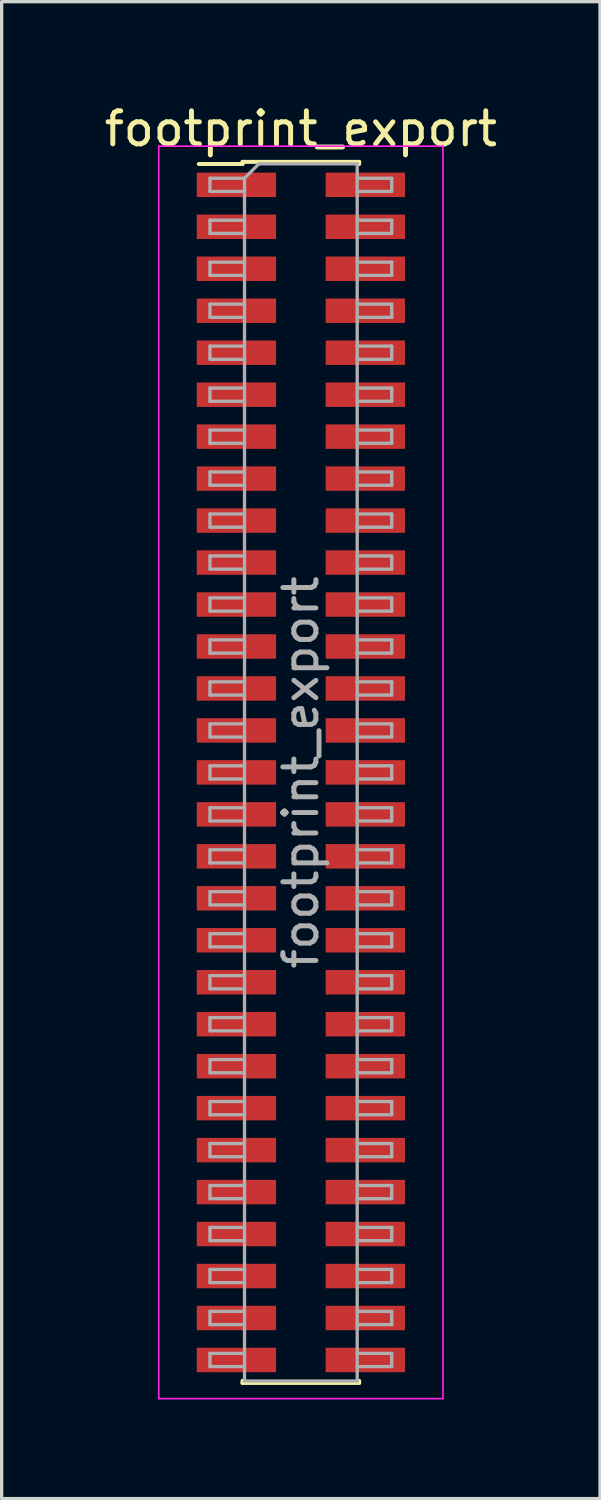
<source format=kicad_pcb>
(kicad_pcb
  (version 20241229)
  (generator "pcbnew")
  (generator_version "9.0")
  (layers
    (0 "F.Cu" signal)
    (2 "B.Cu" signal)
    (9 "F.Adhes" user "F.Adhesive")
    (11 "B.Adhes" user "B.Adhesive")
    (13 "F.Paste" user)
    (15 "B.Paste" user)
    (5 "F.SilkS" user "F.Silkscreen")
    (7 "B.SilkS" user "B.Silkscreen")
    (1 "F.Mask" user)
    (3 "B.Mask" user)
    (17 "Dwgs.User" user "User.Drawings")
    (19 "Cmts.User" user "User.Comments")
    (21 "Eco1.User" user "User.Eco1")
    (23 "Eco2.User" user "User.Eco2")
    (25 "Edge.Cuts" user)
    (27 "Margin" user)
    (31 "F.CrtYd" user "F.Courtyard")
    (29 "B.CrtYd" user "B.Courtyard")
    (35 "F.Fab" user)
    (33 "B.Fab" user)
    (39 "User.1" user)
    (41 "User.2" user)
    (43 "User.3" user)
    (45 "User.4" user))
  (footprint "footprint_export"
    (layer "F.Cu")
    (at 6.054 20.323)
    (property "Reference" "footprint_export" (at 0 -19.475 0) (layer "F.SilkS") (effects (font (size 1 1) (thickness 0.15))))
    (attr smd)
    (fp_line (start -3.09 -18.41) (end -1.765 -18.41) (stroke (width 0.12) (type solid)) (layer "F.SilkS"))
    (fp_line (start -1.765 -18.475) (end -1.765 -18.41) (stroke (width 0.12) (type solid)) (layer "F.SilkS"))
    (fp_line (start -1.765 -18.475) (end 1.765 -18.475) (stroke (width 0.12) (type solid)) (layer "F.SilkS"))
    (fp_line (start -1.765 18.41) (end -1.765 18.475) (stroke (width 0.12) (type solid)) (layer "F.SilkS"))
    (fp_line (start -1.765 18.475) (end 1.765 18.475) (stroke (width 0.12) (type solid)) (layer "F.SilkS"))
    (fp_line (start 1.765 -18.475) (end 1.765 -18.41) (stroke (width 0.12) (type solid)) (layer "F.SilkS"))
    (fp_line (start 1.765 18.41) (end 1.765 18.475) (stroke (width 0.12) (type solid)) (layer "F.SilkS"))
    (fp_line (start -4.3 -18.95) (end -4.3 18.95) (stroke (width 0.05) (type solid)) (layer "F.CrtYd"))
    (fp_line (start -4.3 18.95) (end 4.3 18.95) (stroke (width 0.05) (type solid)) (layer "F.CrtYd"))
    (fp_line (start 4.3 -18.95) (end -4.3 -18.95) (stroke (width 0.05) (type solid)) (layer "F.CrtYd"))
    (fp_line (start 4.3 18.95) (end 4.3 -18.95) (stroke (width 0.05) (type solid)) (layer "F.CrtYd"))
    (fp_line (start -2.75 -17.98) (end -2.75 -17.58) (stroke (width 0.1) (type solid)) (layer "F.Fab"))
    (fp_line (start -2.75 -17.58) (end -1.705 -17.58) (stroke (width 0.1) (type solid)) (layer "F.Fab"))
    (fp_line (start -2.75 -16.71) (end -2.75 -16.31) (stroke (width 0.1) (type solid)) (layer "F.Fab"))
    (fp_line (start -2.75 -16.31) (end -1.705 -16.31) (stroke (width 0.1) (type solid)) (layer "F.Fab"))
    (fp_line (start -2.75 -15.44) (end -2.75 -15.04) (stroke (width 0.1) (type solid)) (layer "F.Fab"))
    (fp_line (start -2.75 -15.04) (end -1.705 -15.04) (stroke (width 0.1) (type solid)) (layer "F.Fab"))
    (fp_line (start -2.75 -14.17) (end -2.75 -13.77) (stroke (width 0.1) (type solid)) (layer "F.Fab"))
    (fp_line (start -2.75 -13.77) (end -1.705 -13.77) (stroke (width 0.1) (type solid)) (layer "F.Fab"))
    (fp_line (start -2.75 -12.9) (end -2.75 -12.5) (stroke (width 0.1) (type solid)) (layer "F.Fab"))
    (fp_line (start -2.75 -12.5) (end -1.705 -12.5) (stroke (width 0.1) (type solid)) (layer "F.Fab"))
    (fp_line (start -2.75 -11.63) (end -2.75 -11.23) (stroke (width 0.1) (type solid)) (layer "F.Fab"))
    (fp_line (start -2.75 -11.23) (end -1.705 -11.23) (stroke (width 0.1) (type solid)) (layer "F.Fab"))
    (fp_line (start -2.75 -10.36) (end -2.75 -9.96) (stroke (width 0.1) (type solid)) (layer "F.Fab"))
    (fp_line (start -2.75 -9.96) (end -1.705 -9.96) (stroke (width 0.1) (type solid)) (layer "F.Fab"))
    (fp_line (start -2.75 -9.09) (end -2.75 -8.69) (stroke (width 0.1) (type solid)) (layer "F.Fab"))
    (fp_line (start -2.75 -8.69) (end -1.705 -8.69) (stroke (width 0.1) (type solid)) (layer "F.Fab"))
    (fp_line (start -2.75 -7.82) (end -2.75 -7.42) (stroke (width 0.1) (type solid)) (layer "F.Fab"))
    (fp_line (start -2.75 -7.42) (end -1.705 -7.42) (stroke (width 0.1) (type solid)) (layer "F.Fab"))
    (fp_line (start -2.75 -6.55) (end -2.75 -6.15) (stroke (width 0.1) (type solid)) (layer "F.Fab"))
    (fp_line (start -2.75 -6.15) (end -1.705 -6.15) (stroke (width 0.1) (type solid)) (layer "F.Fab"))
    (fp_line (start -2.75 -5.28) (end -2.75 -4.88) (stroke (width 0.1) (type solid)) (layer "F.Fab"))
    (fp_line (start -2.75 -4.88) (end -1.705 -4.88) (stroke (width 0.1) (type solid)) (layer "F.Fab"))
    (fp_line (start -2.75 -4.01) (end -2.75 -3.61) (stroke (width 0.1) (type solid)) (layer "F.Fab"))
    (fp_line (start -2.75 -3.61) (end -1.705 -3.61) (stroke (width 0.1) (type solid)) (layer "F.Fab"))
    (fp_line (start -2.75 -2.74) (end -2.75 -2.34) (stroke (width 0.1) (type solid)) (layer "F.Fab"))
    (fp_line (start -2.75 -2.34) (end -1.705 -2.34) (stroke (width 0.1) (type solid)) (layer "F.Fab"))
    (fp_line (start -2.75 -1.47) (end -2.75 -1.07) (stroke (width 0.1) (type solid)) (layer "F.Fab"))
    (fp_line (start -2.75 -1.07) (end -1.705 -1.07) (stroke (width 0.1) (type solid)) (layer "F.Fab"))
    (fp_line (start -2.75 -0.2) (end -2.75 0.2) (stroke (width 0.1) (type solid)) (layer "F.Fab"))
    (fp_line (start -2.75 0.2) (end -1.705 0.2) (stroke (width 0.1) (type solid)) (layer "F.Fab"))
    (fp_line (start -2.75 1.07) (end -2.75 1.47) (stroke (width 0.1) (type solid)) (layer "F.Fab"))
    (fp_line (start -2.75 1.47) (end -1.705 1.47) (stroke (width 0.1) (type solid)) (layer "F.Fab"))
    (fp_line (start -2.75 2.34) (end -2.75 2.74) (stroke (width 0.1) (type solid)) (layer "F.Fab"))
    (fp_line (start -2.75 2.74) (end -1.705 2.74) (stroke (width 0.1) (type solid)) (layer "F.Fab"))
    (fp_line (start -2.75 3.61) (end -2.75 4.01) (stroke (width 0.1) (type solid)) (layer "F.Fab"))
    (fp_line (start -2.75 4.01) (end -1.705 4.01) (stroke (width 0.1) (type solid)) (layer "F.Fab"))
    (fp_line (start -2.75 4.88) (end -2.75 5.28) (stroke (width 0.1) (type solid)) (layer "F.Fab"))
    (fp_line (start -2.75 5.28) (end -1.705 5.28) (stroke (width 0.1) (type solid)) (layer "F.Fab"))
    (fp_line (start -2.75 6.15) (end -2.75 6.55) (stroke (width 0.1) (type solid)) (layer "F.Fab"))
    (fp_line (start -2.75 6.55) (end -1.705 6.55) (stroke (width 0.1) (type solid)) (layer "F.Fab"))
    (fp_line (start -2.75 7.42) (end -2.75 7.82) (stroke (width 0.1) (type solid)) (layer "F.Fab"))
    (fp_line (start -2.75 7.82) (end -1.705 7.82) (stroke (width 0.1) (type solid)) (layer "F.Fab"))
    (fp_line (start -2.75 8.69) (end -2.75 9.09) (stroke (width 0.1) (type solid)) (layer "F.Fab"))
    (fp_line (start -2.75 9.09) (end -1.705 9.09) (stroke (width 0.1) (type solid)) (layer "F.Fab"))
    (fp_line (start -2.75 9.96) (end -2.75 10.36) (stroke (width 0.1) (type solid)) (layer "F.Fab"))
    (fp_line (start -2.75 10.36) (end -1.705 10.36) (stroke (width 0.1) (type solid)) (layer "F.Fab"))
    (fp_line (start -2.75 11.23) (end -2.75 11.63) (stroke (width 0.1) (type solid)) (layer "F.Fab"))
    (fp_line (start -2.75 11.63) (end -1.705 11.63) (stroke (width 0.1) (type solid)) (layer "F.Fab"))
    (fp_line (start -2.75 12.5) (end -2.75 12.9) (stroke (width 0.1) (type solid)) (layer "F.Fab"))
    (fp_line (start -2.75 12.9) (end -1.705 12.9) (stroke (width 0.1) (type solid)) (layer "F.Fab"))
    (fp_line (start -2.75 13.77) (end -2.75 14.17) (stroke (width 0.1) (type solid)) (layer "F.Fab"))
    (fp_line (start -2.75 14.17) (end -1.705 14.17) (stroke (width 0.1) (type solid)) (layer "F.Fab"))
    (fp_line (start -2.75 15.04) (end -2.75 15.44) (stroke (width 0.1) (type solid)) (layer "F.Fab"))
    (fp_line (start -2.75 15.44) (end -1.705 15.44) (stroke (width 0.1) (type solid)) (layer "F.Fab"))
    (fp_line (start -2.75 16.31) (end -2.75 16.71) (stroke (width 0.1) (type solid)) (layer "F.Fab"))
    (fp_line (start -2.75 16.71) (end -1.705 16.71) (stroke (width 0.1) (type solid)) (layer "F.Fab"))
    (fp_line (start -2.75 17.58) (end -2.75 17.98) (stroke (width 0.1) (type solid)) (layer "F.Fab"))
    (fp_line (start -2.75 17.98) (end -1.705 17.98) (stroke (width 0.1) (type solid)) (layer "F.Fab"))
    (fp_line (start -1.705 -17.98) (end -2.75 -17.98) (stroke (width 0.1) (type solid)) (layer "F.Fab"))
    (fp_line (start -1.705 -17.98) (end -1.27 -18.415) (stroke (width 0.1) (type solid)) (layer "F.Fab"))
    (fp_line (start -1.705 -16.71) (end -2.75 -16.71) (stroke (width 0.1) (type solid)) (layer "F.Fab"))
    (fp_line (start -1.705 -15.44) (end -2.75 -15.44) (stroke (width 0.1) (type solid)) (layer "F.Fab"))
    (fp_line (start -1.705 -14.17) (end -2.75 -14.17) (stroke (width 0.1) (type solid)) (layer "F.Fab"))
    (fp_line (start -1.705 -12.9) (end -2.75 -12.9) (stroke (width 0.1) (type solid)) (layer "F.Fab"))
    (fp_line (start -1.705 -11.63) (end -2.75 -11.63) (stroke (width 0.1) (type solid)) (layer "F.Fab"))
    (fp_line (start -1.705 -10.36) (end -2.75 -10.36) (stroke (width 0.1) (type solid)) (layer "F.Fab"))
    (fp_line (start -1.705 -9.09) (end -2.75 -9.09) (stroke (width 0.1) (type solid)) (layer "F.Fab"))
    (fp_line (start -1.705 -7.82) (end -2.75 -7.82) (stroke (width 0.1) (type solid)) (layer "F.Fab"))
    (fp_line (start -1.705 -6.55) (end -2.75 -6.55) (stroke (width 0.1) (type solid)) (layer "F.Fab"))
    (fp_line (start -1.705 -5.28) (end -2.75 -5.28) (stroke (width 0.1) (type solid)) (layer "F.Fab"))
    (fp_line (start -1.705 -4.01) (end -2.75 -4.01) (stroke (width 0.1) (type solid)) (layer "F.Fab"))
    (fp_line (start -1.705 -2.74) (end -2.75 -2.74) (stroke (width 0.1) (type solid)) (layer "F.Fab"))
    (fp_line (start -1.705 -1.47) (end -2.75 -1.47) (stroke (width 0.1) (type solid)) (layer "F.Fab"))
    (fp_line (start -1.705 -0.2) (end -2.75 -0.2) (stroke (width 0.1) (type solid)) (layer "F.Fab"))
    (fp_line (start -1.705 1.07) (end -2.75 1.07) (stroke (width 0.1) (type solid)) (layer "F.Fab"))
    (fp_line (start -1.705 2.34) (end -2.75 2.34) (stroke (width 0.1) (type solid)) (layer "F.Fab"))
    (fp_line (start -1.705 3.61) (end -2.75 3.61) (stroke (width 0.1) (type solid)) (layer "F.Fab"))
    (fp_line (start -1.705 4.88) (end -2.75 4.88) (stroke (width 0.1) (type solid)) (layer "F.Fab"))
    (fp_line (start -1.705 6.15) (end -2.75 6.15) (stroke (width 0.1) (type solid)) (layer "F.Fab"))
    (fp_line (start -1.705 7.42) (end -2.75 7.42) (stroke (width 0.1) (type solid)) (layer "F.Fab"))
    (fp_line (start -1.705 8.69) (end -2.75 8.69) (stroke (width 0.1) (type solid)) (layer "F.Fab"))
    (fp_line (start -1.705 9.96) (end -2.75 9.96) (stroke (width 0.1) (type solid)) (layer "F.Fab"))
    (fp_line (start -1.705 11.23) (end -2.75 11.23) (stroke (width 0.1) (type solid)) (layer "F.Fab"))
    (fp_line (start -1.705 12.5) (end -2.75 12.5) (stroke (width 0.1) (type solid)) (layer "F.Fab"))
    (fp_line (start -1.705 13.77) (end -2.75 13.77) (stroke (width 0.1) (type solid)) (layer "F.Fab"))
    (fp_line (start -1.705 15.04) (end -2.75 15.04) (stroke (width 0.1) (type solid)) (layer "F.Fab"))
    (fp_line (start -1.705 16.31) (end -2.75 16.31) (stroke (width 0.1) (type solid)) (layer "F.Fab"))
    (fp_line (start -1.705 17.58) (end -2.75 17.58) (stroke (width 0.1) (type solid)) (layer "F.Fab"))
    (fp_line (start -1.705 18.415) (end -1.705 -17.98) (stroke (width 0.1) (type solid)) (layer "F.Fab"))
    (fp_line (start -1.27 -18.415) (end 1.705 -18.415) (stroke (width 0.1) (type solid)) (layer "F.Fab"))
    (fp_line (start 1.705 -18.415) (end 1.705 18.415) (stroke (width 0.1) (type solid)) (layer "F.Fab"))
    (fp_line (start 1.705 -17.98) (end 2.75 -17.98) (stroke (width 0.1) (type solid)) (layer "F.Fab"))
    (fp_line (start 1.705 -16.71) (end 2.75 -16.71) (stroke (width 0.1) (type solid)) (layer "F.Fab"))
    (fp_line (start 1.705 -15.44) (end 2.75 -15.44) (stroke (width 0.1) (type solid)) (layer "F.Fab"))
    (fp_line (start 1.705 -14.17) (end 2.75 -14.17) (stroke (width 0.1) (type solid)) (layer "F.Fab"))
    (fp_line (start 1.705 -12.9) (end 2.75 -12.9) (stroke (width 0.1) (type solid)) (layer "F.Fab"))
    (fp_line (start 1.705 -11.63) (end 2.75 -11.63) (stroke (width 0.1) (type solid)) (layer "F.Fab"))
    (fp_line (start 1.705 -10.36) (end 2.75 -10.36) (stroke (width 0.1) (type solid)) (layer "F.Fab"))
    (fp_line (start 1.705 -9.09) (end 2.75 -9.09) (stroke (width 0.1) (type solid)) (layer "F.Fab"))
    (fp_line (start 1.705 -7.82) (end 2.75 -7.82) (stroke (width 0.1) (type solid)) (layer "F.Fab"))
    (fp_line (start 1.705 -6.55) (end 2.75 -6.55) (stroke (width 0.1) (type solid)) (layer "F.Fab"))
    (fp_line (start 1.705 -5.28) (end 2.75 -5.28) (stroke (width 0.1) (type solid)) (layer "F.Fab"))
    (fp_line (start 1.705 -4.01) (end 2.75 -4.01) (stroke (width 0.1) (type solid)) (layer "F.Fab"))
    (fp_line (start 1.705 -2.74) (end 2.75 -2.74) (stroke (width 0.1) (type solid)) (layer "F.Fab"))
    (fp_line (start 1.705 -1.47) (end 2.75 -1.47) (stroke (width 0.1) (type solid)) (layer "F.Fab"))
    (fp_line (start 1.705 -0.2) (end 2.75 -0.2) (stroke (width 0.1) (type solid)) (layer "F.Fab"))
    (fp_line (start 1.705 1.07) (end 2.75 1.07) (stroke (width 0.1) (type solid)) (layer "F.Fab"))
    (fp_line (start 1.705 2.34) (end 2.75 2.34) (stroke (width 0.1) (type solid)) (layer "F.Fab"))
    (fp_line (start 1.705 3.61) (end 2.75 3.61) (stroke (width 0.1) (type solid)) (layer "F.Fab"))
    (fp_line (start 1.705 4.88) (end 2.75 4.88) (stroke (width 0.1) (type solid)) (layer "F.Fab"))
    (fp_line (start 1.705 6.15) (end 2.75 6.15) (stroke (width 0.1) (type solid)) (layer "F.Fab"))
    (fp_line (start 1.705 7.42) (end 2.75 7.42) (stroke (width 0.1) (type solid)) (layer "F.Fab"))
    (fp_line (start 1.705 8.69) (end 2.75 8.69) (stroke (width 0.1) (type solid)) (layer "F.Fab"))
    (fp_line (start 1.705 9.96) (end 2.75 9.96) (stroke (width 0.1) (type solid)) (layer "F.Fab"))
    (fp_line (start 1.705 11.23) (end 2.75 11.23) (stroke (width 0.1) (type solid)) (layer "F.Fab"))
    (fp_line (start 1.705 12.5) (end 2.75 12.5) (stroke (width 0.1) (type solid)) (layer "F.Fab"))
    (fp_line (start 1.705 13.77) (end 2.75 13.77) (stroke (width 0.1) (type solid)) (layer "F.Fab"))
    (fp_line (start 1.705 15.04) (end 2.75 15.04) (stroke (width 0.1) (type solid)) (layer "F.Fab"))
    (fp_line (start 1.705 16.31) (end 2.75 16.31) (stroke (width 0.1) (type solid)) (layer "F.Fab"))
    (fp_line (start 1.705 17.58) (end 2.75 17.58) (stroke (width 0.1) (type solid)) (layer "F.Fab"))
    (fp_line (start 1.705 18.415) (end -1.705 18.415) (stroke (width 0.1) (type solid)) (layer "F.Fab"))
    (fp_line (start 2.75 -17.98) (end 2.75 -17.58) (stroke (width 0.1) (type solid)) (layer "F.Fab"))
    (fp_line (start 2.75 -17.58) (end 1.705 -17.58) (stroke (width 0.1) (type solid)) (layer "F.Fab"))
    (fp_line (start 2.75 -16.71) (end 2.75 -16.31) (stroke (width 0.1) (type solid)) (layer "F.Fab"))
    (fp_line (start 2.75 -16.31) (end 1.705 -16.31) (stroke (width 0.1) (type solid)) (layer "F.Fab"))
    (fp_line (start 2.75 -15.44) (end 2.75 -15.04) (stroke (width 0.1) (type solid)) (layer "F.Fab"))
    (fp_line (start 2.75 -15.04) (end 1.705 -15.04) (stroke (width 0.1) (type solid)) (layer "F.Fab"))
    (fp_line (start 2.75 -14.17) (end 2.75 -13.77) (stroke (width 0.1) (type solid)) (layer "F.Fab"))
    (fp_line (start 2.75 -13.77) (end 1.705 -13.77) (stroke (width 0.1) (type solid)) (layer "F.Fab"))
    (fp_line (start 2.75 -12.9) (end 2.75 -12.5) (stroke (width 0.1) (type solid)) (layer "F.Fab"))
    (fp_line (start 2.75 -12.5) (end 1.705 -12.5) (stroke (width 0.1) (type solid)) (layer "F.Fab"))
    (fp_line (start 2.75 -11.63) (end 2.75 -11.23) (stroke (width 0.1) (type solid)) (layer "F.Fab"))
    (fp_line (start 2.75 -11.23) (end 1.705 -11.23) (stroke (width 0.1) (type solid)) (layer "F.Fab"))
    (fp_line (start 2.75 -10.36) (end 2.75 -9.96) (stroke (width 0.1) (type solid)) (layer "F.Fab"))
    (fp_line (start 2.75 -9.96) (end 1.705 -9.96) (stroke (width 0.1) (type solid)) (layer "F.Fab"))
    (fp_line (start 2.75 -9.09) (end 2.75 -8.69) (stroke (width 0.1) (type solid)) (layer "F.Fab"))
    (fp_line (start 2.75 -8.69) (end 1.705 -8.69) (stroke (width 0.1) (type solid)) (layer "F.Fab"))
    (fp_line (start 2.75 -7.82) (end 2.75 -7.42) (stroke (width 0.1) (type solid)) (layer "F.Fab"))
    (fp_line (start 2.75 -7.42) (end 1.705 -7.42) (stroke (width 0.1) (type solid)) (layer "F.Fab"))
    (fp_line (start 2.75 -6.55) (end 2.75 -6.15) (stroke (width 0.1) (type solid)) (layer "F.Fab"))
    (fp_line (start 2.75 -6.15) (end 1.705 -6.15) (stroke (width 0.1) (type solid)) (layer "F.Fab"))
    (fp_line (start 2.75 -5.28) (end 2.75 -4.88) (stroke (width 0.1) (type solid)) (layer "F.Fab"))
    (fp_line (start 2.75 -4.88) (end 1.705 -4.88) (stroke (width 0.1) (type solid)) (layer "F.Fab"))
    (fp_line (start 2.75 -4.01) (end 2.75 -3.61) (stroke (width 0.1) (type solid)) (layer "F.Fab"))
    (fp_line (start 2.75 -3.61) (end 1.705 -3.61) (stroke (width 0.1) (type solid)) (layer "F.Fab"))
    (fp_line (start 2.75 -2.74) (end 2.75 -2.34) (stroke (width 0.1) (type solid)) (layer "F.Fab"))
    (fp_line (start 2.75 -2.34) (end 1.705 -2.34) (stroke (width 0.1) (type solid)) (layer "F.Fab"))
    (fp_line (start 2.75 -1.47) (end 2.75 -1.07) (stroke (width 0.1) (type solid)) (layer "F.Fab"))
    (fp_line (start 2.75 -1.07) (end 1.705 -1.07) (stroke (width 0.1) (type solid)) (layer "F.Fab"))
    (fp_line (start 2.75 -0.2) (end 2.75 0.2) (stroke (width 0.1) (type solid)) (layer "F.Fab"))
    (fp_line (start 2.75 0.2) (end 1.705 0.2) (stroke (width 0.1) (type solid)) (layer "F.Fab"))
    (fp_line (start 2.75 1.07) (end 2.75 1.47) (stroke (width 0.1) (type solid)) (layer "F.Fab"))
    (fp_line (start 2.75 1.47) (end 1.705 1.47) (stroke (width 0.1) (type solid)) (layer "F.Fab"))
    (fp_line (start 2.75 2.34) (end 2.75 2.74) (stroke (width 0.1) (type solid)) (layer "F.Fab"))
    (fp_line (start 2.75 2.74) (end 1.705 2.74) (stroke (width 0.1) (type solid)) (layer "F.Fab"))
    (fp_line (start 2.75 3.61) (end 2.75 4.01) (stroke (width 0.1) (type solid)) (layer "F.Fab"))
    (fp_line (start 2.75 4.01) (end 1.705 4.01) (stroke (width 0.1) (type solid)) (layer "F.Fab"))
    (fp_line (start 2.75 4.88) (end 2.75 5.28) (stroke (width 0.1) (type solid)) (layer "F.Fab"))
    (fp_line (start 2.75 5.28) (end 1.705 5.28) (stroke (width 0.1) (type solid)) (layer "F.Fab"))
    (fp_line (start 2.75 6.15) (end 2.75 6.55) (stroke (width 0.1) (type solid)) (layer "F.Fab"))
    (fp_line (start 2.75 6.55) (end 1.705 6.55) (stroke (width 0.1) (type solid)) (layer "F.Fab"))
    (fp_line (start 2.75 7.42) (end 2.75 7.82) (stroke (width 0.1) (type solid)) (layer "F.Fab"))
    (fp_line (start 2.75 7.82) (end 1.705 7.82) (stroke (width 0.1) (type solid)) (layer "F.Fab"))
    (fp_line (start 2.75 8.69) (end 2.75 9.09) (stroke (width 0.1) (type solid)) (layer "F.Fab"))
    (fp_line (start 2.75 9.09) (end 1.705 9.09) (stroke (width 0.1) (type solid)) (layer "F.Fab"))
    (fp_line (start 2.75 9.96) (end 2.75 10.36) (stroke (width 0.1) (type solid)) (layer "F.Fab"))
    (fp_line (start 2.75 10.36) (end 1.705 10.36) (stroke (width 0.1) (type solid)) (layer "F.Fab"))
    (fp_line (start 2.75 11.23) (end 2.75 11.63) (stroke (width 0.1) (type solid)) (layer "F.Fab"))
    (fp_line (start 2.75 11.63) (end 1.705 11.63) (stroke (width 0.1) (type solid)) (layer "F.Fab"))
    (fp_line (start 2.75 12.5) (end 2.75 12.9) (stroke (width 0.1) (type solid)) (layer "F.Fab"))
    (fp_line (start 2.75 12.9) (end 1.705 12.9) (stroke (width 0.1) (type solid)) (layer "F.Fab"))
    (fp_line (start 2.75 13.77) (end 2.75 14.17) (stroke (width 0.1) (type solid)) (layer "F.Fab"))
    (fp_line (start 2.75 14.17) (end 1.705 14.17) (stroke (width 0.1) (type solid)) (layer "F.Fab"))
    (fp_line (start 2.75 15.04) (end 2.75 15.44) (stroke (width 0.1) (type solid)) (layer "F.Fab"))
    (fp_line (start 2.75 15.44) (end 1.705 15.44) (stroke (width 0.1) (type solid)) (layer "F.Fab"))
    (fp_line (start 2.75 16.31) (end 2.75 16.71) (stroke (width 0.1) (type solid)) (layer "F.Fab"))
    (fp_line (start 2.75 16.71) (end 1.705 16.71) (stroke (width 0.1) (type solid)) (layer "F.Fab"))
    (fp_line (start 2.75 17.58) (end 2.75 17.98) (stroke (width 0.1) (type solid)) (layer "F.Fab"))
    (fp_line (start 2.75 17.98) (end 1.705 17.98) (stroke (width 0.1) (type solid)) (layer "F.Fab"))
    (fp_text user "${REFERENCE}" (at 0 0 90) (layer "F.Fab") (effects (font (size 1 1) (thickness 0.15))))
    (pad "1" smd rect (at -1.95 -17.78) (size 2.4 0.74) (layers "F.Cu" "F.Mask" "F.Paste"))
    (pad "2" smd rect (at 1.95 -17.78) (size 2.4 0.74) (layers "F.Cu" "F.Mask" "F.Paste"))
    (pad "3" smd rect (at -1.95 -16.51) (size 2.4 0.74) (layers "F.Cu" "F.Mask" "F.Paste"))
    (pad "4" smd rect (at 1.95 -16.51) (size 2.4 0.74) (layers "F.Cu" "F.Mask" "F.Paste"))
    (pad "5" smd rect (at -1.95 -15.24) (size 2.4 0.74) (layers "F.Cu" "F.Mask" "F.Paste"))
    (pad "6" smd rect (at 1.95 -15.24) (size 2.4 0.74) (layers "F.Cu" "F.Mask" "F.Paste"))
    (pad "7" smd rect (at -1.95 -13.97) (size 2.4 0.74) (layers "F.Cu" "F.Mask" "F.Paste"))
    (pad "8" smd rect (at 1.95 -13.97) (size 2.4 0.74) (layers "F.Cu" "F.Mask" "F.Paste"))
    (pad "9" smd rect (at -1.95 -12.7) (size 2.4 0.74) (layers "F.Cu" "F.Mask" "F.Paste"))
    (pad "10" smd rect (at 1.95 -12.7) (size 2.4 0.74) (layers "F.Cu" "F.Mask" "F.Paste"))
    (pad "11" smd rect (at -1.95 -11.43) (size 2.4 0.74) (layers "F.Cu" "F.Mask" "F.Paste"))
    (pad "12" smd rect (at 1.95 -11.43) (size 2.4 0.74) (layers "F.Cu" "F.Mask" "F.Paste"))
    (pad "13" smd rect (at -1.95 -10.16) (size 2.4 0.74) (layers "F.Cu" "F.Mask" "F.Paste"))
    (pad "14" smd rect (at 1.95 -10.16) (size 2.4 0.74) (layers "F.Cu" "F.Mask" "F.Paste"))
    (pad "15" smd rect (at -1.95 -8.89) (size 2.4 0.74) (layers "F.Cu" "F.Mask" "F.Paste"))
    (pad "16" smd rect (at 1.95 -8.89) (size 2.4 0.74) (layers "F.Cu" "F.Mask" "F.Paste"))
    (pad "17" smd rect (at -1.95 -7.62) (size 2.4 0.74) (layers "F.Cu" "F.Mask" "F.Paste"))
    (pad "18" smd rect (at 1.95 -7.62) (size 2.4 0.74) (layers "F.Cu" "F.Mask" "F.Paste"))
    (pad "19" smd rect (at -1.95 -6.35) (size 2.4 0.74) (layers "F.Cu" "F.Mask" "F.Paste"))
    (pad "20" smd rect (at 1.95 -6.35) (size 2.4 0.74) (layers "F.Cu" "F.Mask" "F.Paste"))
    (pad "21" smd rect (at -1.95 -5.08) (size 2.4 0.74) (layers "F.Cu" "F.Mask" "F.Paste"))
    (pad "22" smd rect (at 1.95 -5.08) (size 2.4 0.74) (layers "F.Cu" "F.Mask" "F.Paste"))
    (pad "23" smd rect (at -1.95 -3.81) (size 2.4 0.74) (layers "F.Cu" "F.Mask" "F.Paste"))
    (pad "24" smd rect (at 1.95 -3.81) (size 2.4 0.74) (layers "F.Cu" "F.Mask" "F.Paste"))
    (pad "25" smd rect (at -1.95 -2.54) (size 2.4 0.74) (layers "F.Cu" "F.Mask" "F.Paste"))
    (pad "26" smd rect (at 1.95 -2.54) (size 2.4 0.74) (layers "F.Cu" "F.Mask" "F.Paste"))
    (pad "27" smd rect (at -1.95 -1.27) (size 2.4 0.74) (layers "F.Cu" "F.Mask" "F.Paste"))
    (pad "28" smd rect (at 1.95 -1.27) (size 2.4 0.74) (layers "F.Cu" "F.Mask" "F.Paste"))
    (pad "29" smd rect (at -1.95 0) (size 2.4 0.74) (layers "F.Cu" "F.Mask" "F.Paste"))
    (pad "30" smd rect (at 1.95 0) (size 2.4 0.74) (layers "F.Cu" "F.Mask" "F.Paste"))
    (pad "31" smd rect (at -1.95 1.27) (size 2.4 0.74) (layers "F.Cu" "F.Mask" "F.Paste"))
    (pad "32" smd rect (at 1.95 1.27) (size 2.4 0.74) (layers "F.Cu" "F.Mask" "F.Paste"))
    (pad "33" smd rect (at -1.95 2.54) (size 2.4 0.74) (layers "F.Cu" "F.Mask" "F.Paste"))
    (pad "34" smd rect (at 1.95 2.54) (size 2.4 0.74) (layers "F.Cu" "F.Mask" "F.Paste"))
    (pad "35" smd rect (at -1.95 3.81) (size 2.4 0.74) (layers "F.Cu" "F.Mask" "F.Paste"))
    (pad "36" smd rect (at 1.95 3.81) (size 2.4 0.74) (layers "F.Cu" "F.Mask" "F.Paste"))
    (pad "37" smd rect (at -1.95 5.08) (size 2.4 0.74) (layers "F.Cu" "F.Mask" "F.Paste"))
    (pad "38" smd rect (at 1.95 5.08) (size 2.4 0.74) (layers "F.Cu" "F.Mask" "F.Paste"))
    (pad "39" smd rect (at -1.95 6.35) (size 2.4 0.74) (layers "F.Cu" "F.Mask" "F.Paste"))
    (pad "40" smd rect (at 1.95 6.35) (size 2.4 0.74) (layers "F.Cu" "F.Mask" "F.Paste"))
    (pad "41" smd rect (at -1.95 7.62) (size 2.4 0.74) (layers "F.Cu" "F.Mask" "F.Paste"))
    (pad "42" smd rect (at 1.95 7.62) (size 2.4 0.74) (layers "F.Cu" "F.Mask" "F.Paste"))
    (pad "43" smd rect (at -1.95 8.89) (size 2.4 0.74) (layers "F.Cu" "F.Mask" "F.Paste"))
    (pad "44" smd rect (at 1.95 8.89) (size 2.4 0.74) (layers "F.Cu" "F.Mask" "F.Paste"))
    (pad "45" smd rect (at -1.95 10.16) (size 2.4 0.74) (layers "F.Cu" "F.Mask" "F.Paste"))
    (pad "46" smd rect (at 1.95 10.16) (size 2.4 0.74) (layers "F.Cu" "F.Mask" "F.Paste"))
    (pad "47" smd rect (at -1.95 11.43) (size 2.4 0.74) (layers "F.Cu" "F.Mask" "F.Paste"))
    (pad "48" smd rect (at 1.95 11.43) (size 2.4 0.74) (layers "F.Cu" "F.Mask" "F.Paste"))
    (pad "49" smd rect (at -1.95 12.7) (size 2.4 0.74) (layers "F.Cu" "F.Mask" "F.Paste"))
    (pad "50" smd rect (at 1.95 12.7) (size 2.4 0.74) (layers "F.Cu" "F.Mask" "F.Paste"))
    (pad "51" smd rect (at -1.95 13.97) (size 2.4 0.74) (layers "F.Cu" "F.Mask" "F.Paste"))
    (pad "52" smd rect (at 1.95 13.97) (size 2.4 0.74) (layers "F.Cu" "F.Mask" "F.Paste"))
    (pad "53" smd rect (at -1.95 15.24) (size 2.4 0.74) (layers "F.Cu" "F.Mask" "F.Paste"))
    (pad "54" smd rect (at 1.95 15.24) (size 2.4 0.74) (layers "F.Cu" "F.Mask" "F.Paste"))
    (pad "55" smd rect (at -1.95 16.51) (size 2.4 0.74) (layers "F.Cu" "F.Mask" "F.Paste"))
    (pad "56" smd rect (at 1.95 16.51) (size 2.4 0.74) (layers "F.Cu" "F.Mask" "F.Paste"))
    (pad "57" smd rect (at -1.95 17.78) (size 2.4 0.74) (layers "F.Cu" "F.Mask" "F.Paste"))
    (pad "58" smd rect (at 1.95 17.78) (size 2.4 0.74) (layers "F.Cu" "F.Mask" "F.Paste")))
  (gr_rect
    (start -3 -3)
    (end 15.107 42.298)
    (stroke (width 0.1) (type default))
    (fill no)
    (layer "Edge.Cuts")))
</source>
